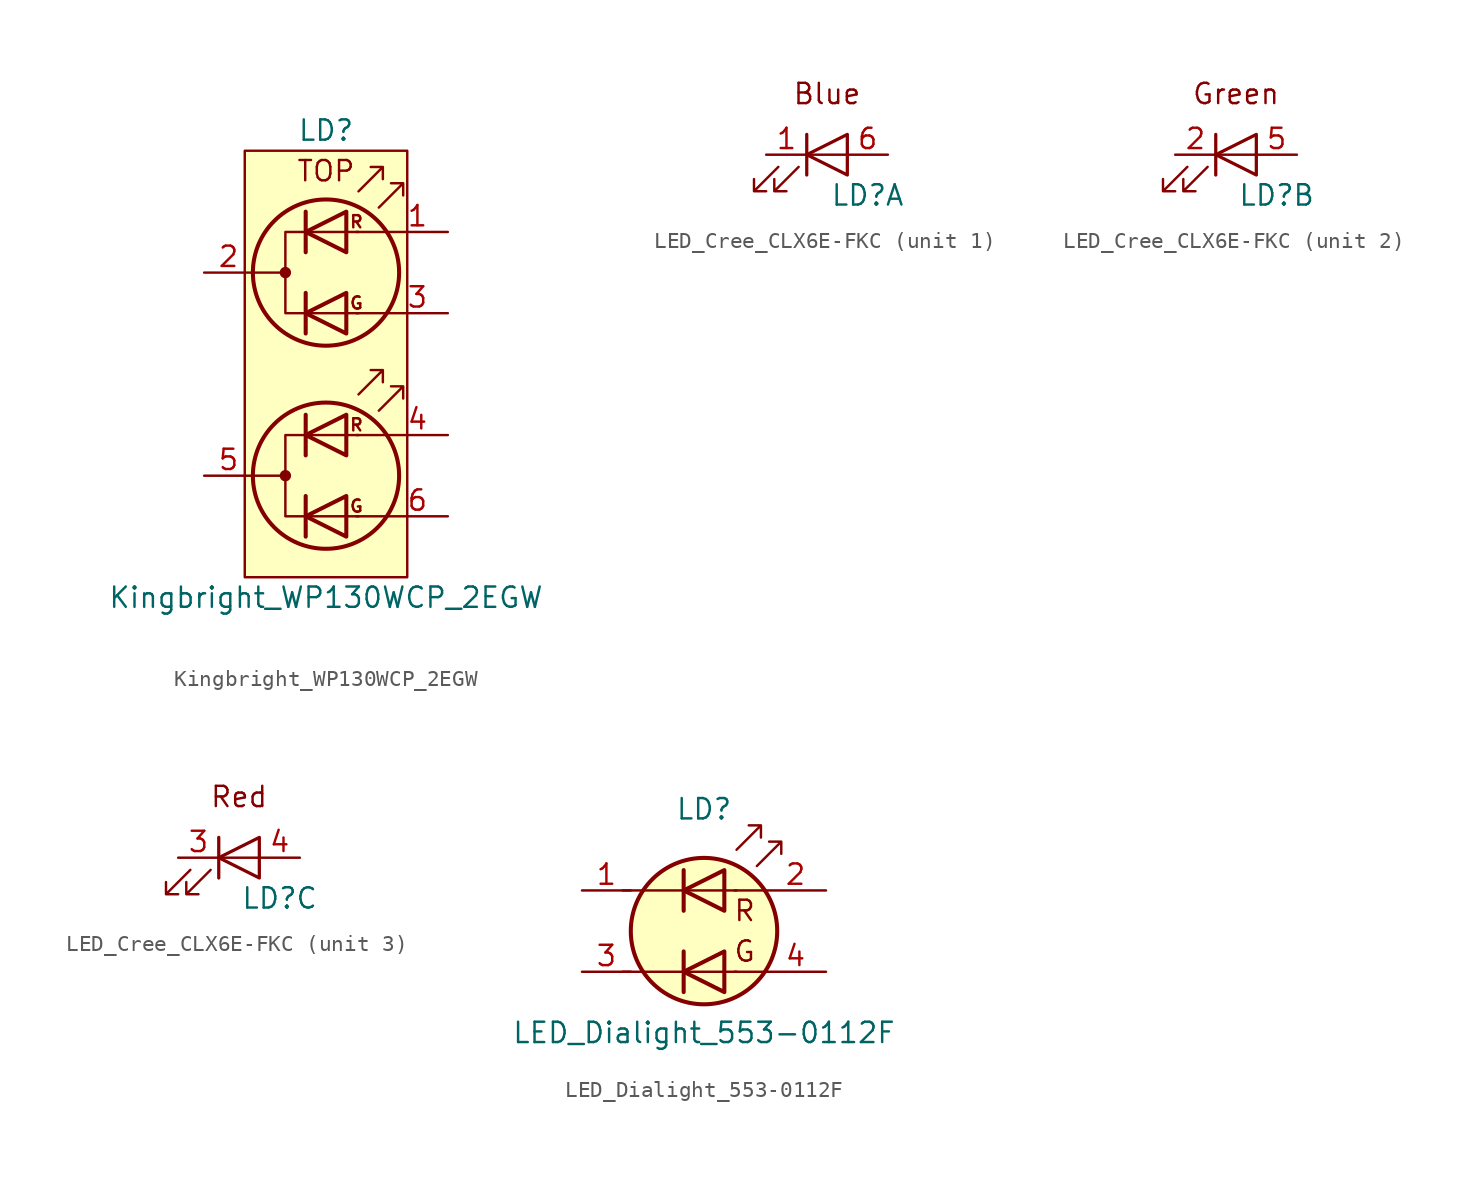
<source format=kicad_sym>
(kicad_symbol_lib
  (version 20211014)
  (generator kicad_symbol_editor)
  (symbol "Kingbright_WP130WCP_2EGW"
    (property "Reference" "LD"
      (at 0 15.24 0)
      (effects (font (size 1.27 1.27))))
    (property "Value" "Kingbright_WP130WCP_2EGW"
      (at 0 -13.97 0)
      (effects (font (size 1.27 1.27))))
    (symbol "Kingbright_WP130WCP_2EGW_0_0"
      (text "G" (at 1.905 -8.255 0) (effects (font (size 0.762 0.762))))
      (text "G" (at 1.905 4.445 0) (effects (font (size 0.762 0.762))))
      (text "R" (at 1.905 -3.175 0) (effects (font (size 0.762 0.762))))
      (text "R" (at 1.905 9.525 0) (effects (font (size 0.762 0.762))))
      (text "TOP" (at 0 12.7 0) (effects (font (size 1.27 1.27)))))
    (symbol "Kingbright_WP130WCP_2EGW_0_1"
      (rectangle (start -5.08 13.97) (end 5.08 -12.7) (stroke (width 0.152) (type default) (color 0 0 0 0)) (fill (type background)))
      (circle (center -2.54 -6.35) (radius 0.279) (stroke (width 0) (type default) (color 0 0 0 0)) (fill (type outline)))
      (circle (center -2.54 6.35) (radius 0.279) (stroke (width 0) (type default) (color 0 0 0 0)) (fill (type outline)))
      (circle (center 0 -6.35) (radius 4.572) (stroke (width 0.254) (type default) (color 0 0 0 0)) (fill (type background)))
      (polyline (pts (xy -4.572 -6.35) (xy -2.54 -6.35)) (stroke (width 0) (type default) (color 0 0 0 0)) (fill (type none)))
      (polyline (pts (xy -4.572 6.35) (xy -2.54 6.35)) (stroke (width 0) (type default) (color 0 0 0 0)) (fill (type none)))
      (polyline (pts (xy -1.27 -7.62) (xy -1.27 -10.16)) (stroke (width 0.254) (type default) (color 0 0 0 0)) (fill (type none)))
      (polyline (pts (xy -1.27 -5.08) (xy -1.27 -2.54)) (stroke (width 0.254) (type default) (color 0 0 0 0)) (fill (type none)))
      (polyline (pts (xy -1.27 5.08) (xy -1.27 2.54)) (stroke (width 0.254) (type default) (color 0 0 0 0)) (fill (type none)))
      (polyline (pts (xy -1.27 7.62) (xy -1.27 10.16)) (stroke (width 0.254) (type default) (color 0 0 0 0)) (fill (type none)))
      (polyline (pts (xy 3.81 -8.89) (xy 1.905 -8.89)) (stroke (width 0) (type default) (color 0 0 0 0)) (fill (type none)))
      (polyline (pts (xy 3.81 -3.81) (xy 1.905 -3.81)) (stroke (width 0) (type default) (color 0 0 0 0)) (fill (type none)))
      (polyline (pts (xy 3.81 3.81) (xy 1.905 3.81)) (stroke (width 0) (type default) (color 0 0 0 0)) (fill (type none)))
      (polyline (pts (xy 3.81 8.89) (xy 1.905 8.89)) (stroke (width 0) (type default) (color 0 0 0 0)) (fill (type none)))
      (polyline (pts (xy 1.27 -10.16) (xy 1.27 -7.62) (xy -1.27 -8.89) (xy 1.27 -10.16)) (stroke (width 0.254) (type default) (color 0 0 0 0)) (fill (type none)))
      (polyline (pts (xy 1.27 -5.08) (xy 1.27 -2.54) (xy -1.27 -3.81) (xy 1.27 -5.08)) (stroke (width 0.254) (type default) (color 0 0 0 0)) (fill (type none)))
      (polyline (pts (xy 1.27 2.54) (xy 1.27 5.08) (xy -1.27 3.81) (xy 1.27 2.54)) (stroke (width 0.254) (type default) (color 0 0 0 0)) (fill (type none)))
      (polyline (pts (xy 1.27 7.62) (xy 1.27 10.16) (xy -1.27 8.89) (xy 1.27 7.62)) (stroke (width 0.254) (type default) (color 0 0 0 0)) (fill (type none)))
      (polyline (pts (xy 2.032 -3.81) (xy -2.54 -3.81) (xy -2.54 -8.89) (xy 2.032 -8.89)) (stroke (width 0) (type default) (color 0 0 0 0)) (fill (type none)))
      (polyline (pts (xy 2.032 8.89) (xy -2.54 8.89) (xy -2.54 3.81) (xy 2.032 3.81)) (stroke (width 0) (type default) (color 0 0 0 0)) (fill (type none)))
      (polyline (pts (xy 2.032 -1.27) (xy 3.556 0.254) (xy 2.794 0.254) (xy 3.556 0.254) (xy 3.556 -0.508)) (stroke (width 0) (type default) (color 0 0 0 0)) (fill (type none)))
      (polyline (pts (xy 2.032 11.43) (xy 3.556 12.954) (xy 2.794 12.954) (xy 3.556 12.954) (xy 3.556 12.192)) (stroke (width 0) (type default) (color 0 0 0 0)) (fill (type none)))
      (polyline (pts (xy 3.302 -2.286) (xy 4.826 -0.762) (xy 4.064 -0.762) (xy 4.826 -0.762) (xy 4.826 -1.524)) (stroke (width 0) (type default) (color 0 0 0 0)) (fill (type none)))
      (polyline (pts (xy 3.302 10.414) (xy 4.826 11.938) (xy 4.064 11.938) (xy 4.826 11.938) (xy 4.826 11.176)) (stroke (width 0) (type default) (color 0 0 0 0)) (fill (type none)))
      (circle (center 0 6.35) (radius 4.572) (stroke (width 0.254) (type default) (color 0 0 0 0)) (fill (type background))))
    (symbol "Kingbright_WP130WCP_2EGW_1_1"
      (pin input line (at 7.62 8.89 180) (length 3.81) (name "~" (effects (font (size 1.27 1.27)))) (number "1" (effects (font (size 1.27 1.27)))))
      (pin input line (at -7.62 6.35 0) (length 3.048) (name "~" (effects (font (size 1.27 1.27)))) (number "2" (effects (font (size 1.27 1.27)))))
      (pin input line (at 7.62 3.81 180) (length 3.81) (name "~" (effects (font (size 1.27 1.27)))) (number "3" (effects (font (size 1.27 1.27)))))
      (pin input line (at 7.62 -3.81 180) (length 3.81) (name "~" (effects (font (size 1.27 1.27)))) (number "4" (effects (font (size 1.27 1.27)))))
      (pin input line (at -7.62 -6.35 0) (length 3.048) (name "~" (effects (font (size 1.27 1.27)))) (number "5" (effects (font (size 1.27 1.27)))))
      (pin input line (at 7.62 -8.89 180) (length 3.81) (name "~" (effects (font (size 1.27 1.27)))) (number "6" (effects (font (size 1.27 1.27)))))))
  (symbol "LED_Cree_CLX6E-FKC"
    (pin_names
      (offset 1.016))
    (property "Reference" "LD"
      (at 2.54 -2.54 0)
      (effects (font (size 1.27 1.27))))
    (property "ki_locked" ""
      (at 0 0 0)
      (effects (font (size 1.27 1.27))))
    (symbol "LED_Cree_CLX6E-FKC_1_0"
      (text "Blue" (at 0 3.81 0) (effects (font (size 1.27 1.27)))))
    (symbol "LED_Cree_CLX6E-FKC_1_1"
      (polyline (pts (xy -1.27 -1.27) (xy -1.27 1.27)) (stroke (width 0.203) (type default) (color 0 0 0 0)) (fill (type none)))
      (polyline (pts (xy -1.27 0) (xy 1.27 0)) (stroke (width 0) (type default) (color 0 0 0 0)) (fill (type none)))
      (polyline (pts (xy 1.27 -1.27) (xy 1.27 1.27) (xy -1.27 0) (xy 1.27 -1.27)) (stroke (width 0.203) (type default) (color 0 0 0 0)) (fill (type none)))
      (polyline (pts (xy -3.048 -0.762) (xy -4.572 -2.286) (xy -3.81 -2.286) (xy -4.572 -2.286) (xy -4.572 -1.524)) (stroke (width 0) (type default) (color 0 0 0 0)) (fill (type none)))
      (polyline (pts (xy -1.778 -0.762) (xy -3.302 -2.286) (xy -2.54 -2.286) (xy -3.302 -2.286) (xy -3.302 -1.524)) (stroke (width 0) (type default) (color 0 0 0 0)) (fill (type none)))
      (pin passive line (at -3.81 0 0) (length 2.54) (name "~" (effects (font (size 1.27 1.27)))) (number "1" (effects (font (size 1.27 1.27)))))
      (pin passive line (at 3.81 0 180) (length 2.54) (name "~" (effects (font (size 1.27 1.27)))) (number "6" (effects (font (size 1.27 1.27))))))
    (symbol "LED_Cree_CLX6E-FKC_2_1"
      (polyline (pts (xy -1.27 -1.27) (xy -1.27 1.27)) (stroke (width 0.203) (type default) (color 0 0 0 0)) (fill (type none)))
      (polyline (pts (xy -1.27 0) (xy 1.27 0)) (stroke (width 0) (type default) (color 0 0 0 0)) (fill (type none)))
      (polyline (pts (xy 1.27 -1.27) (xy 1.27 1.27) (xy -1.27 0) (xy 1.27 -1.27)) (stroke (width 0.203) (type default) (color 0 0 0 0)) (fill (type none)))
      (polyline (pts (xy -3.048 -0.762) (xy -4.572 -2.286) (xy -3.81 -2.286) (xy -4.572 -2.286) (xy -4.572 -1.524)) (stroke (width 0) (type default) (color 0 0 0 0)) (fill (type none)))
      (polyline (pts (xy -1.778 -0.762) (xy -3.302 -2.286) (xy -2.54 -2.286) (xy -3.302 -2.286) (xy -3.302 -1.524)) (stroke (width 0) (type default) (color 0 0 0 0)) (fill (type none)))
      (text "Green" (at 0 3.81 0) (effects (font (size 1.27 1.27))))
      (pin passive line (at -3.81 0 0) (length 2.54) (name "~" (effects (font (size 1.27 1.27)))) (number "2" (effects (font (size 1.27 1.27)))))
      (pin passive line (at 3.81 0 180) (length 2.54) (name "~" (effects (font (size 1.27 1.27)))) (number "5" (effects (font (size 1.27 1.27))))))
    (symbol "LED_Cree_CLX6E-FKC_3_1"
      (polyline (pts (xy -1.27 -1.27) (xy -1.27 1.27)) (stroke (width 0.203) (type default) (color 0 0 0 0)) (fill (type none)))
      (polyline (pts (xy -1.27 0) (xy 1.27 0)) (stroke (width 0) (type default) (color 0 0 0 0)) (fill (type none)))
      (polyline (pts (xy 1.27 -1.27) (xy 1.27 1.27) (xy -1.27 0) (xy 1.27 -1.27)) (stroke (width 0.203) (type default) (color 0 0 0 0)) (fill (type none)))
      (polyline (pts (xy -3.048 -0.762) (xy -4.572 -2.286) (xy -3.81 -2.286) (xy -4.572 -2.286) (xy -4.572 -1.524)) (stroke (width 0) (type default) (color 0 0 0 0)) (fill (type none)))
      (polyline (pts (xy -1.778 -0.762) (xy -3.302 -2.286) (xy -2.54 -2.286) (xy -3.302 -2.286) (xy -3.302 -1.524)) (stroke (width 0) (type default) (color 0 0 0 0)) (fill (type none)))
      (text "Red" (at 0 3.81 0) (effects (font (size 1.27 1.27))))
      (pin passive line (at -3.81 0 0) (length 2.54) (name "~" (effects (font (size 1.27 1.27)))) (number "3" (effects (font (size 1.27 1.27)))))
      (pin passive line (at 3.81 0 180) (length 2.54) (name "~" (effects (font (size 1.27 1.27)))) (number "4" (effects (font (size 1.27 1.27)))))))
  (symbol "LED_Dialight_553-0112F"
    (property "Reference" "LD"
      (at 0 7.62 0)
      (effects (font (size 1.27 1.27))))
    (property "Value" "LED_Dialight_553-0112F"
      (at 0 -6.35 0)
      (effects (font (size 1.27 1.27))))
    (symbol "LED_Dialight_553-0112F_0_0"
      (text "G" (at 2.54 -1.27 0) (effects (font (size 1.27 1.27))))
      (text "R" (at 2.54 1.27 0) (effects (font (size 1.27 1.27)))))
    (symbol "LED_Dialight_553-0112F_0_1"
      (polyline (pts (xy -5.08 -2.54) (xy 2.032 -2.54)) (stroke (width 0) (type default) (color 0 0 0 0)) (fill (type none)))
      (polyline (pts (xy -5.08 2.54) (xy 2.032 2.54)) (stroke (width 0) (type default) (color 0 0 0 0)) (fill (type none)))
      (polyline (pts (xy -1.27 -1.27) (xy -1.27 -3.81)) (stroke (width 0.254) (type default) (color 0 0 0 0)) (fill (type none)))
      (polyline (pts (xy -1.27 3.81) (xy -1.27 1.27)) (stroke (width 0.254) (type default) (color 0 0 0 0)) (fill (type none)))
      (polyline (pts (xy 3.81 -2.54) (xy 1.905 -2.54)) (stroke (width 0) (type default) (color 0 0 0 0)) (fill (type none)))
      (polyline (pts (xy 3.81 2.54) (xy 1.905 2.54)) (stroke (width 0) (type default) (color 0 0 0 0)) (fill (type none)))
      (polyline (pts (xy 1.27 -1.27) (xy 1.27 -3.81) (xy -1.27 -2.54) (xy 1.27 -1.27)) (stroke (width 0.254) (type default) (color 0 0 0 0)) (fill (type none)))
      (polyline (pts (xy 1.27 3.81) (xy 1.27 1.27) (xy -1.27 2.54) (xy 1.27 3.81)) (stroke (width 0.254) (type default) (color 0 0 0 0)) (fill (type none)))
      (polyline (pts (xy 2.032 5.08) (xy 3.556 6.604) (xy 2.794 6.604) (xy 3.556 6.604) (xy 3.556 5.842)) (stroke (width 0) (type default) (color 0 0 0 0)) (fill (type none)))
      (polyline (pts (xy 3.302 4.064) (xy 4.826 5.588) (xy 4.064 5.588) (xy 4.826 5.588) (xy 4.826 4.826)) (stroke (width 0) (type default) (color 0 0 0 0)) (fill (type none)))
      (circle (center 0 0) (radius 4.572) (stroke (width 0.254) (type default) (color 0 0 0 0)) (fill (type background))))
    (symbol "LED_Dialight_553-0112F_1_1"
      (pin input line (at -7.62 2.54 0) (length 3.048) (name "~" (effects (font (size 1.27 1.27)))) (number "1" (effects (font (size 1.27 1.27)))))
      (pin input line (at 7.62 2.54 180) (length 3.81) (name "~" (effects (font (size 1.27 1.27)))) (number "2" (effects (font (size 1.27 1.27)))))
      (pin input line (at -7.62 -2.54 0) (length 3.048) (name "~" (effects (font (size 1.27 1.27)))) (number "3" (effects (font (size 1.27 1.27)))))
      (pin input line (at 7.62 -2.54 180) (length 3.81) (name "~" (effects (font (size 1.27 1.27)))) (number "4" (effects (font (size 1.27 1.27))))))))
</source>
